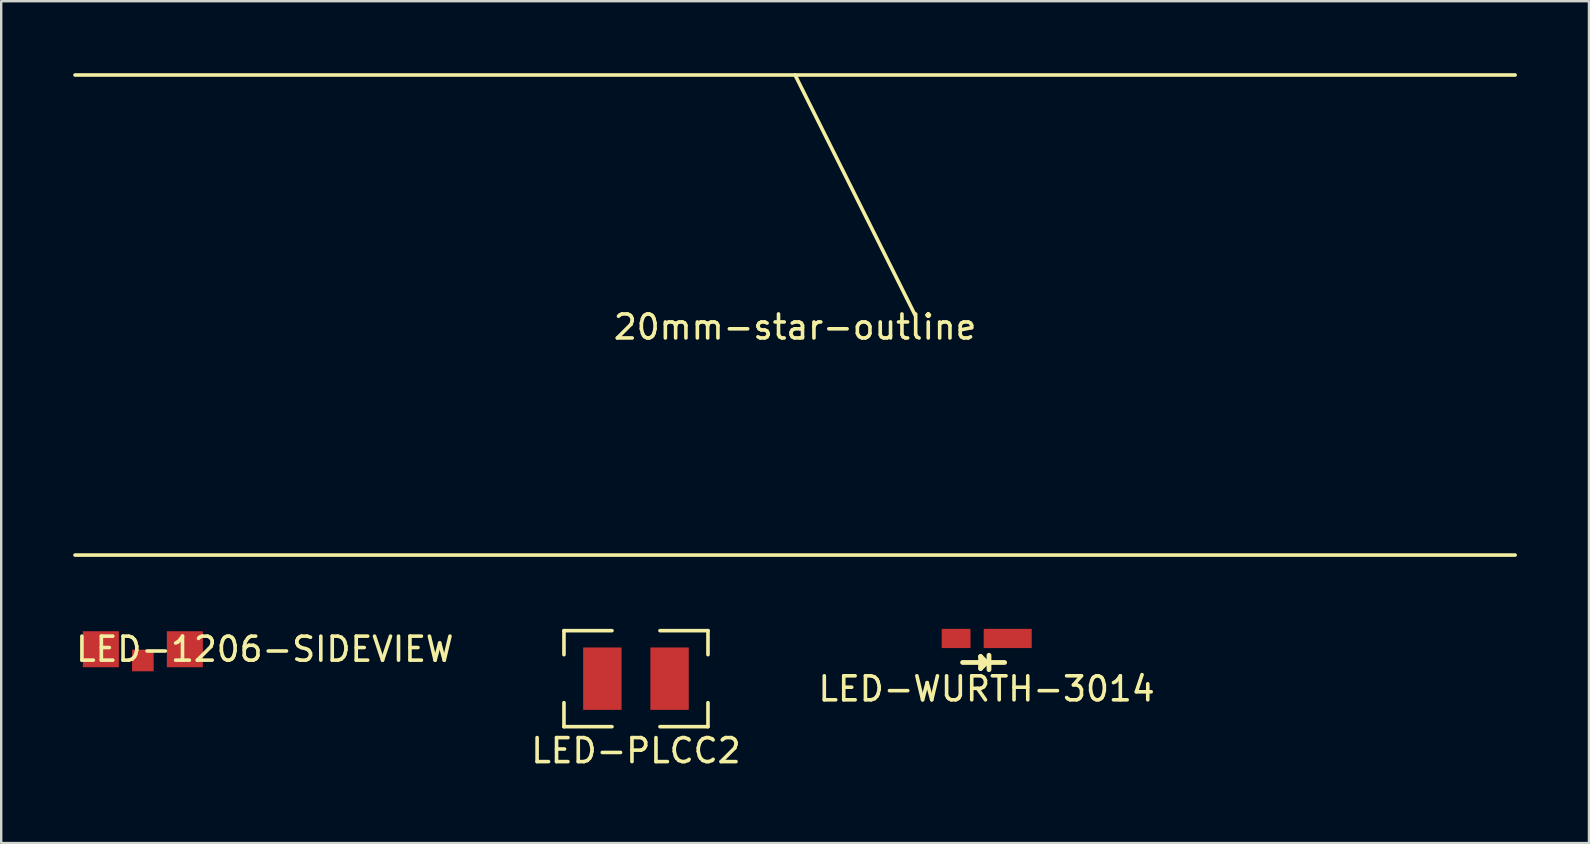
<source format=kicad_pcb>
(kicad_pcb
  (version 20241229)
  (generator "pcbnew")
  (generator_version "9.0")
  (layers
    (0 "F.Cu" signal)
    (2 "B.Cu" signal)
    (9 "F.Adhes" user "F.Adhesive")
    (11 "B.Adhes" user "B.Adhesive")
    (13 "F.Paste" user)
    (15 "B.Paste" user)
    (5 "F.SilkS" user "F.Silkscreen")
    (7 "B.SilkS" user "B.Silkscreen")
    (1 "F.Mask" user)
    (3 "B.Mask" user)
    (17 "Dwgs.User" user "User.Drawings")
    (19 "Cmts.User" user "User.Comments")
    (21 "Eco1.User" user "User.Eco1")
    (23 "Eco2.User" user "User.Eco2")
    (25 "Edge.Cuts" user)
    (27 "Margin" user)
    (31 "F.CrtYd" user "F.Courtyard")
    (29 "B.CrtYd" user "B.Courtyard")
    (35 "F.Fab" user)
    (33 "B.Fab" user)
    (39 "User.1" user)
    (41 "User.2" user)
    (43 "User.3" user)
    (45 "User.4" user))
  (footprint "LED-WURTH-3014"
    (layer "F.Cu")
    (at 38.054 23.55)
    (property "Reference" "LED-WURTH-3014" (at 0 2.1 0) (layer "F.SilkS") (effects (font (size 1 1) (thickness 0.15))))
    (attr through_hole)
    (fp_line (start -1 1) (end 0 1) (stroke (width 0.2) (type solid)) (layer "F.SilkS"))
    (fp_line (start -0.25 1.25) (end -0.25 0.75) (stroke (width 0.2) (type solid)) (layer "F.SilkS"))
    (fp_line (start 0 1) (end -0.25 0.75) (stroke (width 0.2) (type solid)) (layer "F.SilkS"))
    (fp_line (start 0 1) (end -0.25 1.25) (stroke (width 0.2) (type solid)) (layer "F.SilkS"))
    (fp_line (start 0 1) (end 0.75 1) (stroke (width 0.2) (type solid)) (layer "F.SilkS"))
    (fp_line (start 0.1 1.3) (end 0.1 0.7) (stroke (width 0.2) (type solid)) (layer "F.SilkS"))
    (pad "1" smd rect (at 0.88 0) (size 2 0.8) (layers "F.Cu" "F.Mask" "F.Paste"))
    (pad "2" smd rect (at -1.27 0) (size 1.2 0.8) (layers "F.Cu" "F.Mask" "F.Paste")))
  (footprint "LED-PLCC2"
    (layer "F.Cu")
    (at 23.446 25.225)
    (property "Reference" "LED-PLCC2" (at 0 3 0) (layer "F.SilkS") (effects (font (size 1 1) (thickness 0.15))))
    (attr through_hole)
    (fp_line (start -3 -2) (end -1 -2) (stroke (width 0.15) (type solid)) (layer "F.SilkS"))
    (fp_line (start -3 -1) (end -3 -2) (stroke (width 0.15) (type solid)) (layer "F.SilkS"))
    (fp_line (start -3 2) (end -3 1) (stroke (width 0.15) (type solid)) (layer "F.SilkS"))
    (fp_line (start -1 2) (end -3 2) (stroke (width 0.15) (type solid)) (layer "F.SilkS"))
    (fp_line (start 1 -2) (end 3 -2) (stroke (width 0.15) (type solid)) (layer "F.SilkS"))
    (fp_line (start 3 -2) (end 3 -1) (stroke (width 0.15) (type solid)) (layer "F.SilkS"))
    (fp_line (start 3 1) (end 3 2) (stroke (width 0.15) (type solid)) (layer "F.SilkS"))
    (fp_line (start 3 2) (end 1 2) (stroke (width 0.15) (type solid)) (layer "F.SilkS"))
    (pad "1" smd rect (at -1.4 0) (size 1.6 2.6) (layers "F.Cu" "F.Mask" "F.Paste"))
    (pad "2" smd rect (at 1.4 0) (size 1.6 2.6) (layers "F.Cu" "F.Mask" "F.Paste")))
  (footprint "LED-1206-SIDEVIEW"
    (layer "F.Cu")
    (at 2.902 23.998)
    (property "Reference" "LED-1206-SIDEVIEW" (at 5.08 0 0) (layer "F.SilkS") (effects (font (size 1 1) (thickness 0.15))))
    (attr through_hole)
    (pad "1" smd rect (at -1.75 0) (size 1.5 1.5) (layers "F.Cu" "F.Mask" "F.Paste"))
    (pad "2" smd rect (at 1.75 0) (size 1.5 1.5) (layers "F.Cu" "F.Mask" "F.Paste"))
    (pad "~" smd rect (at 0 0.47) (size 0.9 0.9) (layers "F.Cu" "F.Mask" "F.Paste")))
  (footprint "20mm-star-outline"
    (layer "F.Cu")
    (at 30.075 10.075)
    (property "Reference" "20mm-star-outline" (at 0 0.5 0) (layer "F.SilkS") (effects (font (size 1 1) (thickness 0.15))))
    (attr through_hole)
    (fp_line (start -30 -10) (end 30 -10) (stroke (width 0.15) (type solid)) (layer "F.SilkS"))
    (fp_line (start -30 10) (end 30 10) (stroke (width 0.15) (type solid)) (layer "F.SilkS"))
    (fp_line (start 0 -10) (end 5 0) (stroke (width 0.15) (type solid)) (layer "F.SilkS")))
  (gr_rect
    (start -3 -3)
    (end 63.15 32.073)
    (stroke (width 0.1) (type default))
    (fill no)
    (layer "Edge.Cuts")))
</source>
